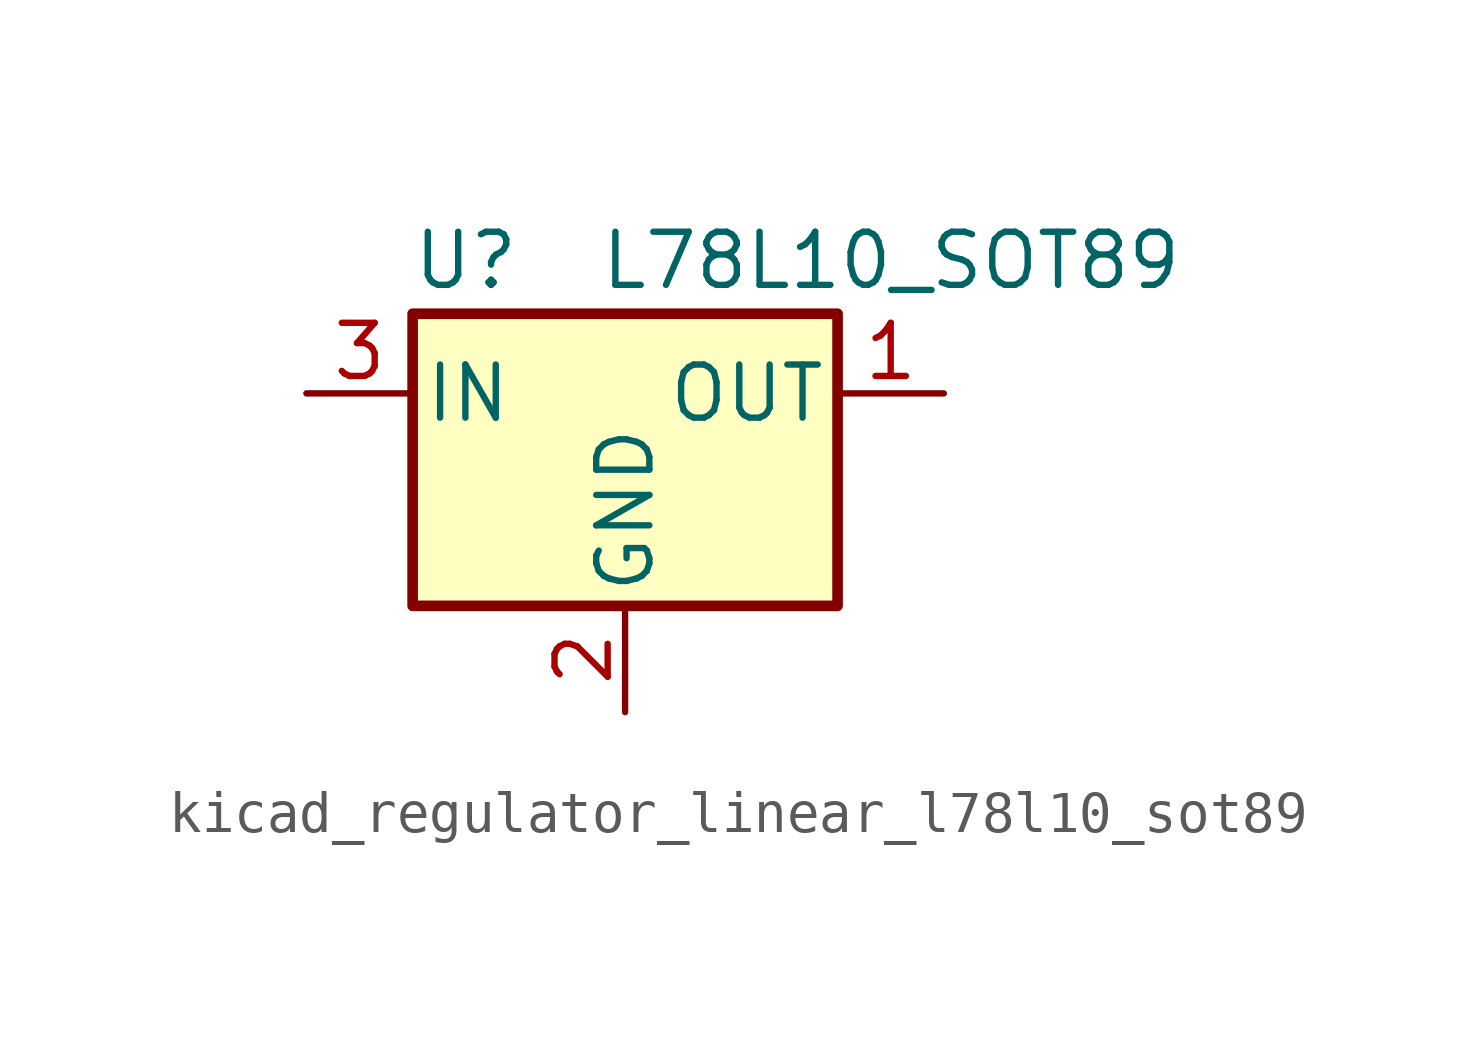
<source format=kicad_sym>
(kicad_symbol_lib
  (version 20220914)
  (generator kicad_symbol_editor)
  (symbol "kicad_regulator_linear_l78l10_sot89"
    (pin_names
      (offset 0.254))
    (property "Reference" "U"
      (at -3.81 3.175 0)
      (effects (font (size 1.27 1.27))))
    (property "Value" "L78L10_SOT89"
      (at -0.635 3.175 0)
      (effects (font (size 1.27 1.27)) (justify left)))
    (symbol "kicad_regulator_linear_l78l10_sot89_0_1"
      (rectangle (start -5.08 1.905) (end 5.08 -5.08) (stroke (width 0.254) (type default)) (fill (type background))))
    (symbol "kicad_regulator_linear_l78l10_sot89_1_1"
      (pin power_out line (at 7.62 0 180) (length 2.54) (name "OUT" (effects (font (size 1.27 1.27)))) (number "1" (effects (font (size 1.27 1.27)))))
      (pin power_in line (at 0 -7.62 90) (length 2.54) (name "GND" (effects (font (size 1.27 1.27)))) (number "2" (effects (font (size 1.27 1.27)))))
      (pin power_in line (at -7.62 0 0) (length 2.54) (name "IN" (effects (font (size 1.27 1.27)))) (number "3" (effects (font (size 1.27 1.27))))))))
</source>
